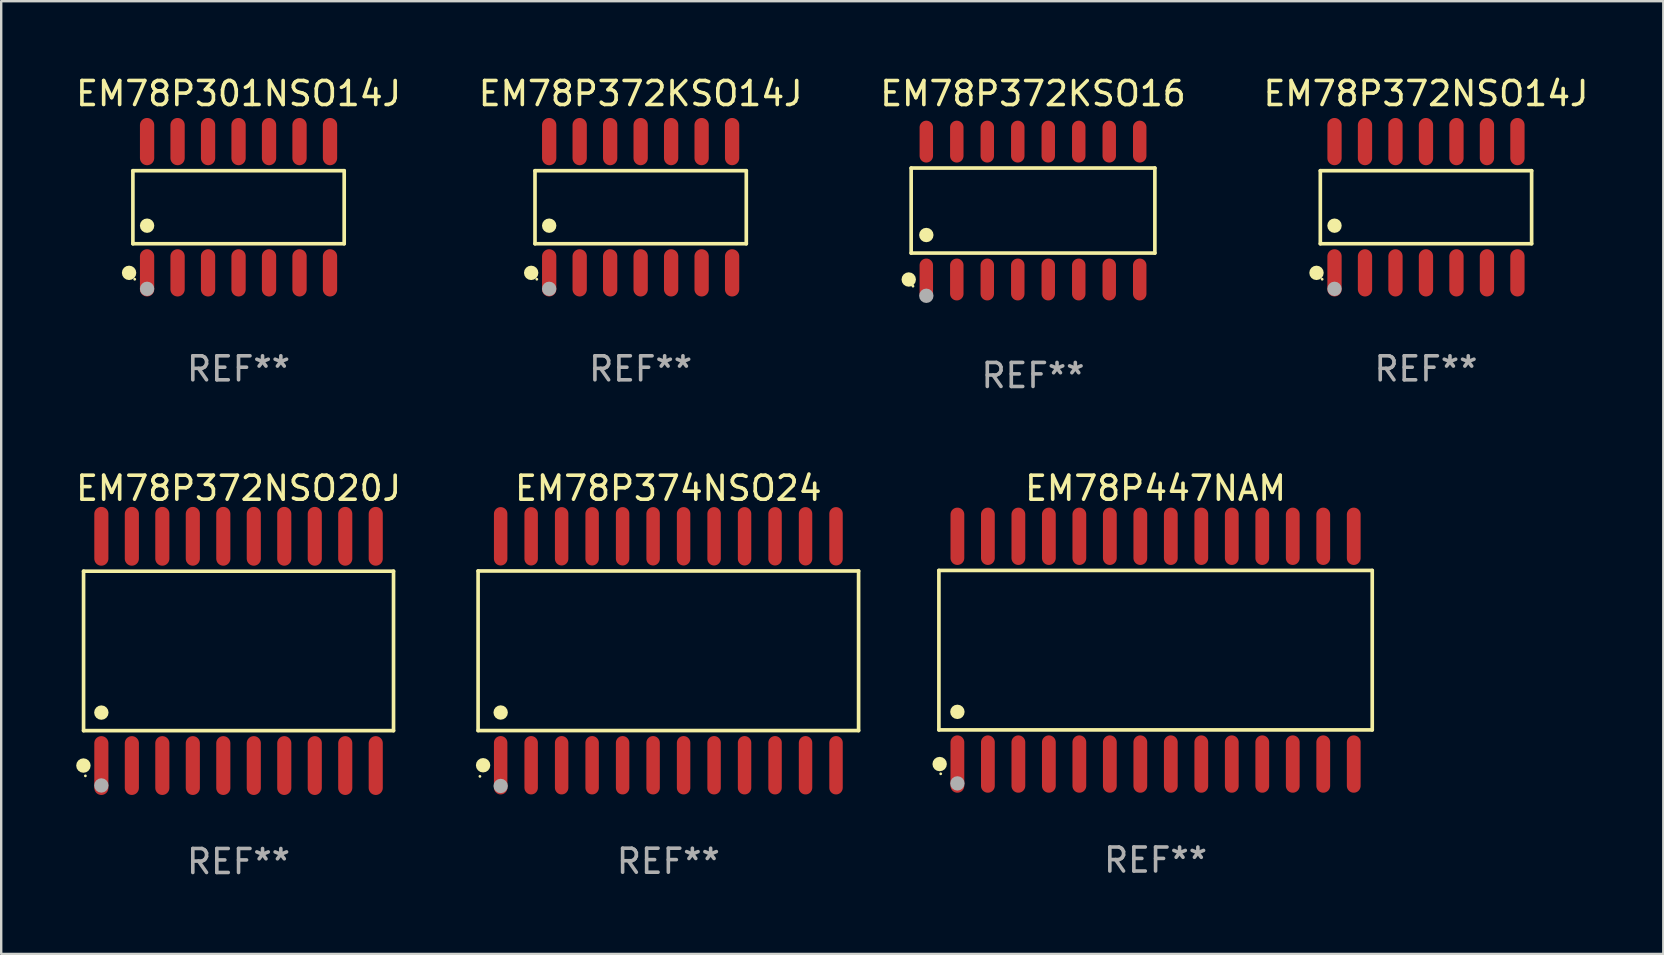
<source format=kicad_pcb>
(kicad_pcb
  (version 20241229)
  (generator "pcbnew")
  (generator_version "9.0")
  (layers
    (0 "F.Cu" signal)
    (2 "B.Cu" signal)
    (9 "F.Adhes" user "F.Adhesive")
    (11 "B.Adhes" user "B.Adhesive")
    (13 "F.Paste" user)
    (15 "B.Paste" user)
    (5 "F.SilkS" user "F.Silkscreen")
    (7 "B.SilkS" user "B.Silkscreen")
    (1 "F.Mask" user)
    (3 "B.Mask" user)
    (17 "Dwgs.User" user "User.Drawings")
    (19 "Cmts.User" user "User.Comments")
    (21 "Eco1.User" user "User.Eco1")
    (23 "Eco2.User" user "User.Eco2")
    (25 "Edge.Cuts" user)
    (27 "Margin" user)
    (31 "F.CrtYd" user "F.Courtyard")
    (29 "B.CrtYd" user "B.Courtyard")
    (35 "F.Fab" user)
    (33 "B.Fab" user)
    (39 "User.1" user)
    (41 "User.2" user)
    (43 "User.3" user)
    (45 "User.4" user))
  (footprint "EM78P374NSO24"
    (layer "F.Cu")
    (at 24.791 24.059)
    (property "Reference" "EM78P374NSO24" (at 0 -6.769 0) (layer "F.SilkS") (effects (font (size 1 1) (thickness 0.15))))
    (attr through_hole)
    (fp_line (start -7.925 -3.324) (end 7.925 -3.324) (stroke (width 0.152) (type solid)) (layer "F.SilkS"))
    (fp_line (start -7.925 3.324) (end -7.925 -3.324) (stroke (width 0.152) (type solid)) (layer "F.SilkS"))
    (fp_line (start 7.925 -3.324) (end 7.925 3.324) (stroke (width 0.152) (type solid)) (layer "F.SilkS"))
    (fp_line (start 7.925 3.324) (end -7.925 3.324) (stroke (width 0.152) (type solid)) (layer "F.SilkS"))
    (fp_circle (center -7.849 5.232) (end -7.819 5.232) (stroke (width 0.06) (type solid)) (fill no) (layer "F.SilkS"))
    (fp_circle (center -7.717 4.769) (end -7.567 4.769) (stroke (width 0.3) (type solid)) (fill no) (layer "F.SilkS"))
    (fp_circle (center -6.985 2.572) (end -6.835 2.572) (stroke (width 0.3) (type solid)) (fill no) (layer "F.SilkS"))
    (fp_circle (center -6.985 5.632) (end -6.835 5.632) (stroke (width 0.3) (type solid)) (fill no) (layer "F.Fab"))
    (fp_text user "REF**" (at 0 8.769 0) (layer "F.Fab") (effects (font (size 1 1) (thickness 0.15))))
    (pad "1" smd oval (at -6.985 4.769) (size 0.56 2.432) (layers "F.Cu" "F.Mask" "F.Paste"))
    (pad "2" smd oval (at -5.715 4.769) (size 0.56 2.432) (layers "F.Cu" "F.Mask" "F.Paste"))
    (pad "3" smd oval (at -4.445 4.769) (size 0.56 2.432) (layers "F.Cu" "F.Mask" "F.Paste"))
    (pad "4" smd oval (at -3.175 4.769) (size 0.56 2.432) (layers "F.Cu" "F.Mask" "F.Paste"))
    (pad "5" smd oval (at -1.905 4.769) (size 0.56 2.432) (layers "F.Cu" "F.Mask" "F.Paste"))
    (pad "6" smd oval (at -0.635 4.769) (size 0.56 2.432) (layers "F.Cu" "F.Mask" "F.Paste"))
    (pad "7" smd oval (at 0.635 4.769) (size 0.56 2.432) (layers "F.Cu" "F.Mask" "F.Paste"))
    (pad "8" smd oval (at 1.905 4.769) (size 0.56 2.432) (layers "F.Cu" "F.Mask" "F.Paste"))
    (pad "9" smd oval (at 3.175 4.769) (size 0.56 2.432) (layers "F.Cu" "F.Mask" "F.Paste"))
    (pad "10" smd oval (at 4.445 4.769) (size 0.56 2.432) (layers "F.Cu" "F.Mask" "F.Paste"))
    (pad "11" smd oval (at 5.715 4.769) (size 0.56 2.432) (layers "F.Cu" "F.Mask" "F.Paste"))
    (pad "12" smd oval (at 6.985 4.769) (size 0.56 2.432) (layers "F.Cu" "F.Mask" "F.Paste"))
    (pad "13" smd oval (at 6.985 -4.769) (size 0.56 2.432) (layers "F.Cu" "F.Mask" "F.Paste"))
    (pad "14" smd oval (at 5.715 -4.769) (size 0.56 2.432) (layers "F.Cu" "F.Mask" "F.Paste"))
    (pad "15" smd oval (at 4.445 -4.769) (size 0.56 2.432) (layers "F.Cu" "F.Mask" "F.Paste"))
    (pad "16" smd oval (at 3.175 -4.769) (size 0.56 2.432) (layers "F.Cu" "F.Mask" "F.Paste"))
    (pad "17" smd oval (at 1.905 -4.769) (size 0.56 2.432) (layers "F.Cu" "F.Mask" "F.Paste"))
    (pad "18" smd oval (at 0.635 -4.769) (size 0.56 2.432) (layers "F.Cu" "F.Mask" "F.Paste"))
    (pad "19" smd oval (at -0.635 -4.769) (size 0.56 2.432) (layers "F.Cu" "F.Mask" "F.Paste"))
    (pad "20" smd oval (at -1.905 -4.769) (size 0.56 2.432) (layers "F.Cu" "F.Mask" "F.Paste"))
    (pad "21" smd oval (at -3.175 -4.769) (size 0.56 2.432) (layers "F.Cu" "F.Mask" "F.Paste"))
    (pad "22" smd oval (at -4.445 -4.769) (size 0.56 2.432) (layers "F.Cu" "F.Mask" "F.Paste"))
    (pad "23" smd oval (at -5.715 -4.769) (size 0.56 2.432) (layers "F.Cu" "F.Mask" "F.Paste"))
    (pad "24" smd oval (at -6.985 -4.769) (size 0.56 2.432) (layers "F.Cu" "F.Mask" "F.Paste")))
  (footprint "EM78P301NSO14J"
    (layer "F.Cu")
    (at 6.887 5.582)
    (property "Reference" "EM78P301NSO14J" (at 0 -4.734 0) (layer "F.SilkS") (effects (font (size 1 1) (thickness 0.15))))
    (attr through_hole)
    (fp_line (start -4.401 -1.521) (end 4.401 -1.521) (stroke (width 0.152) (type solid)) (layer "F.SilkS"))
    (fp_line (start -4.401 1.521) (end -4.401 -1.521) (stroke (width 0.152) (type solid)) (layer "F.SilkS"))
    (fp_line (start 4.401 -1.521) (end 4.401 1.521) (stroke (width 0.152) (type solid)) (layer "F.SilkS"))
    (fp_line (start 4.401 1.521) (end -4.401 1.521) (stroke (width 0.152) (type solid)) (layer "F.SilkS"))
    (fp_circle (center -4.56 2.734) (end -4.41 2.734) (stroke (width 0.3) (type solid)) (fill no) (layer "F.SilkS"))
    (fp_circle (center -4.325 3) (end -4.295 3) (stroke (width 0.06) (type solid)) (fill no) (layer "F.SilkS"))
    (fp_circle (center -3.81 0.769) (end -3.66 0.769) (stroke (width 0.3) (type solid)) (fill no) (layer "F.SilkS"))
    (fp_circle (center -3.81 3.4) (end -3.66 3.4) (stroke (width 0.3) (type solid)) (fill no) (layer "F.Fab"))
    (fp_text user "REF**" (at 0 6.734 0) (layer "F.Fab") (effects (font (size 1 1) (thickness 0.15))))
    (pad "1" smd oval (at -3.81 2.734) (size 0.595 1.968) (layers "F.Cu" "F.Mask" "F.Paste"))
    (pad "2" smd oval (at -2.54 2.734) (size 0.595 1.968) (layers "F.Cu" "F.Mask" "F.Paste"))
    (pad "3" smd oval (at -1.27 2.734) (size 0.595 1.968) (layers "F.Cu" "F.Mask" "F.Paste"))
    (pad "4" smd oval (at 0 2.734) (size 0.595 1.968) (layers "F.Cu" "F.Mask" "F.Paste"))
    (pad "5" smd oval (at 1.27 2.734) (size 0.595 1.968) (layers "F.Cu" "F.Mask" "F.Paste"))
    (pad "6" smd oval (at 2.54 2.734) (size 0.595 1.968) (layers "F.Cu" "F.Mask" "F.Paste"))
    (pad "7" smd oval (at 3.81 2.734) (size 0.595 1.968) (layers "F.Cu" "F.Mask" "F.Paste"))
    (pad "8" smd oval (at 3.81 -2.734) (size 0.595 1.968) (layers "F.Cu" "F.Mask" "F.Paste"))
    (pad "9" smd oval (at 2.54 -2.734) (size 0.595 1.968) (layers "F.Cu" "F.Mask" "F.Paste"))
    (pad "10" smd oval (at 1.27 -2.734) (size 0.595 1.968) (layers "F.Cu" "F.Mask" "F.Paste"))
    (pad "11" smd oval (at 0 -2.734) (size 0.595 1.968) (layers "F.Cu" "F.Mask" "F.Paste"))
    (pad "12" smd oval (at -1.27 -2.734) (size 0.595 1.968) (layers "F.Cu" "F.Mask" "F.Paste"))
    (pad "13" smd oval (at -2.54 -2.734) (size 0.595 1.968) (layers "F.Cu" "F.Mask" "F.Paste"))
    (pad "14" smd oval (at -3.81 -2.734) (size 0.595 1.968) (layers "F.Cu" "F.Mask" "F.Paste")))
  (footprint "EM78P372NSO14J"
    (layer "F.Cu")
    (at 56.351 5.582)
    (property "Reference" "EM78P372NSO14J" (at 0 -4.734 0) (layer "F.SilkS") (effects (font (size 1 1) (thickness 0.15))))
    (attr through_hole)
    (fp_line (start -4.401 -1.521) (end 4.401 -1.521) (stroke (width 0.152) (type solid)) (layer "F.SilkS"))
    (fp_line (start -4.401 1.521) (end -4.401 -1.521) (stroke (width 0.152) (type solid)) (layer "F.SilkS"))
    (fp_line (start 4.401 -1.521) (end 4.401 1.521) (stroke (width 0.152) (type solid)) (layer "F.SilkS"))
    (fp_line (start 4.401 1.521) (end -4.401 1.521) (stroke (width 0.152) (type solid)) (layer "F.SilkS"))
    (fp_circle (center -4.56 2.734) (end -4.41 2.734) (stroke (width 0.3) (type solid)) (fill no) (layer "F.SilkS"))
    (fp_circle (center -4.325 3) (end -4.295 3) (stroke (width 0.06) (type solid)) (fill no) (layer "F.SilkS"))
    (fp_circle (center -3.81 0.769) (end -3.66 0.769) (stroke (width 0.3) (type solid)) (fill no) (layer "F.SilkS"))
    (fp_circle (center -3.81 3.4) (end -3.66 3.4) (stroke (width 0.3) (type solid)) (fill no) (layer "F.Fab"))
    (fp_text user "REF**" (at 0 6.734 0) (layer "F.Fab") (effects (font (size 1 1) (thickness 0.15))))
    (pad "1" smd oval (at -3.81 2.734) (size 0.595 1.968) (layers "F.Cu" "F.Mask" "F.Paste"))
    (pad "2" smd oval (at -2.54 2.734) (size 0.595 1.968) (layers "F.Cu" "F.Mask" "F.Paste"))
    (pad "3" smd oval (at -1.27 2.734) (size 0.595 1.968) (layers "F.Cu" "F.Mask" "F.Paste"))
    (pad "4" smd oval (at 0 2.734) (size 0.595 1.968) (layers "F.Cu" "F.Mask" "F.Paste"))
    (pad "5" smd oval (at 1.27 2.734) (size 0.595 1.968) (layers "F.Cu" "F.Mask" "F.Paste"))
    (pad "6" smd oval (at 2.54 2.734) (size 0.595 1.968) (layers "F.Cu" "F.Mask" "F.Paste"))
    (pad "7" smd oval (at 3.81 2.734) (size 0.595 1.968) (layers "F.Cu" "F.Mask" "F.Paste"))
    (pad "8" smd oval (at 3.81 -2.734) (size 0.595 1.968) (layers "F.Cu" "F.Mask" "F.Paste"))
    (pad "9" smd oval (at 2.54 -2.734) (size 0.595 1.968) (layers "F.Cu" "F.Mask" "F.Paste"))
    (pad "10" smd oval (at 1.27 -2.734) (size 0.595 1.968) (layers "F.Cu" "F.Mask" "F.Paste"))
    (pad "11" smd oval (at 0 -2.734) (size 0.595 1.968) (layers "F.Cu" "F.Mask" "F.Paste"))
    (pad "12" smd oval (at -1.27 -2.734) (size 0.595 1.968) (layers "F.Cu" "F.Mask" "F.Paste"))
    (pad "13" smd oval (at -2.54 -2.734) (size 0.595 1.968) (layers "F.Cu" "F.Mask" "F.Paste"))
    (pad "14" smd oval (at -3.81 -2.734) (size 0.595 1.968) (layers "F.Cu" "F.Mask" "F.Paste")))
  (footprint "EM78P372KSO16"
    (layer "F.Cu")
    (at 39.982 5.721)
    (property "Reference" "EM78P372KSO16" (at 0 -4.872 0) (layer "F.SilkS") (effects (font (size 1 1) (thickness 0.15))))
    (attr through_hole)
    (fp_line (start -5.076 -1.771) (end 5.076 -1.771) (stroke (width 0.152) (type solid)) (layer "F.SilkS"))
    (fp_line (start -5.076 1.771) (end -5.076 -1.771) (stroke (width 0.152) (type solid)) (layer "F.SilkS"))
    (fp_line (start 5.076 -1.771) (end 5.076 1.771) (stroke (width 0.152) (type solid)) (layer "F.SilkS"))
    (fp_line (start 5.076 1.771) (end -5.076 1.771) (stroke (width 0.152) (type solid)) (layer "F.SilkS"))
    (fp_circle (center -5.177 2.872) (end -5.027 2.872) (stroke (width 0.3) (type solid)) (fill no) (layer "F.SilkS"))
    (fp_circle (center -5 3.15) (end -4.97 3.15) (stroke (width 0.06) (type solid)) (fill no) (layer "F.SilkS"))
    (fp_circle (center -4.445 1.019) (end -4.295 1.019) (stroke (width 0.3) (type solid)) (fill no) (layer "F.SilkS"))
    (fp_circle (center -4.445 3.55) (end -4.295 3.55) (stroke (width 0.3) (type solid)) (fill no) (layer "F.Fab"))
    (fp_text user "REF**" (at 0 6.872 0) (layer "F.Fab") (effects (font (size 1 1) (thickness 0.15))))
    (pad "1" smd oval (at -4.445 2.872) (size 0.56 1.745) (layers "F.Cu" "F.Mask" "F.Paste"))
    (pad "2" smd oval (at -3.175 2.872) (size 0.56 1.745) (layers "F.Cu" "F.Mask" "F.Paste"))
    (pad "3" smd oval (at -1.905 2.872) (size 0.56 1.745) (layers "F.Cu" "F.Mask" "F.Paste"))
    (pad "4" smd oval (at -0.635 2.872) (size 0.56 1.745) (layers "F.Cu" "F.Mask" "F.Paste"))
    (pad "5" smd oval (at 0.635 2.872) (size 0.56 1.745) (layers "F.Cu" "F.Mask" "F.Paste"))
    (pad "6" smd oval (at 1.905 2.872) (size 0.56 1.745) (layers "F.Cu" "F.Mask" "F.Paste"))
    (pad "7" smd oval (at 3.175 2.872) (size 0.56 1.745) (layers "F.Cu" "F.Mask" "F.Paste"))
    (pad "8" smd oval (at 4.445 2.872) (size 0.56 1.745) (layers "F.Cu" "F.Mask" "F.Paste"))
    (pad "9" smd oval (at 4.445 -2.872) (size 0.56 1.745) (layers "F.Cu" "F.Mask" "F.Paste"))
    (pad "10" smd oval (at 3.175 -2.872) (size 0.56 1.745) (layers "F.Cu" "F.Mask" "F.Paste"))
    (pad "11" smd oval (at 1.905 -2.872) (size 0.56 1.745) (layers "F.Cu" "F.Mask" "F.Paste"))
    (pad "12" smd oval (at 0.635 -2.872) (size 0.56 1.745) (layers "F.Cu" "F.Mask" "F.Paste"))
    (pad "13" smd oval (at -0.635 -2.872) (size 0.56 1.745) (layers "F.Cu" "F.Mask" "F.Paste"))
    (pad "14" smd oval (at -1.905 -2.872) (size 0.56 1.745) (layers "F.Cu" "F.Mask" "F.Paste"))
    (pad "15" smd oval (at -3.175 -2.872) (size 0.56 1.745) (layers "F.Cu" "F.Mask" "F.Paste"))
    (pad "16" smd oval (at -4.445 -2.872) (size 0.56 1.745) (layers "F.Cu" "F.Mask" "F.Paste")))
  (footprint "EM78P372NSO20J"
    (layer "F.Cu")
    (at 6.887 24.065)
    (property "Reference" "EM78P372NSO20J" (at 0 -6.775 0) (layer "F.SilkS") (effects (font (size 1 1) (thickness 0.15))))
    (attr through_hole)
    (fp_line (start -6.456 -3.321) (end 6.456 -3.321) (stroke (width 0.152) (type solid)) (layer "F.SilkS"))
    (fp_line (start -6.456 3.321) (end -6.456 -3.321) (stroke (width 0.152) (type solid)) (layer "F.SilkS"))
    (fp_line (start 6.456 -3.321) (end 6.456 3.321) (stroke (width 0.152) (type solid)) (layer "F.SilkS"))
    (fp_line (start 6.456 3.321) (end -6.456 3.321) (stroke (width 0.152) (type solid)) (layer "F.SilkS"))
    (fp_circle (center -6.462 4.775) (end -6.311 4.775) (stroke (width 0.3) (type solid)) (fill no) (layer "F.SilkS"))
    (fp_circle (center -6.38 5.205) (end -6.35 5.205) (stroke (width 0.06) (type solid)) (fill no) (layer "F.SilkS"))
    (fp_circle (center -5.715 2.569) (end -5.565 2.569) (stroke (width 0.3) (type solid)) (fill no) (layer "F.SilkS"))
    (fp_circle (center -5.715 5.605) (end -5.565 5.605) (stroke (width 0.3) (type solid)) (fill no) (layer "F.Fab"))
    (fp_text user "REF**" (at 0 8.775 0) (layer "F.Fab") (effects (font (size 1 1) (thickness 0.15))))
    (pad "1" smd oval (at -5.715 4.775) (size 0.588 2.45) (layers "F.Cu" "F.Mask" "F.Paste"))
    (pad "2" smd oval (at -4.445 4.775) (size 0.588 2.45) (layers "F.Cu" "F.Mask" "F.Paste"))
    (pad "3" smd oval (at -3.175 4.775) (size 0.588 2.45) (layers "F.Cu" "F.Mask" "F.Paste"))
    (pad "4" smd oval (at -1.905 4.775) (size 0.588 2.45) (layers "F.Cu" "F.Mask" "F.Paste"))
    (pad "5" smd oval (at -0.635 4.775) (size 0.588 2.45) (layers "F.Cu" "F.Mask" "F.Paste"))
    (pad "6" smd oval (at 0.635 4.775) (size 0.588 2.45) (layers "F.Cu" "F.Mask" "F.Paste"))
    (pad "7" smd oval (at 1.905 4.775) (size 0.588 2.45) (layers "F.Cu" "F.Mask" "F.Paste"))
    (pad "8" smd oval (at 3.175 4.775) (size 0.588 2.45) (layers "F.Cu" "F.Mask" "F.Paste"))
    (pad "9" smd oval (at 4.445 4.775) (size 0.588 2.45) (layers "F.Cu" "F.Mask" "F.Paste"))
    (pad "10" smd oval (at 5.715 4.775) (size 0.588 2.45) (layers "F.Cu" "F.Mask" "F.Paste"))
    (pad "11" smd oval (at 5.715 -4.775) (size 0.588 2.45) (layers "F.Cu" "F.Mask" "F.Paste"))
    (pad "12" smd oval (at 4.445 -4.775) (size 0.588 2.45) (layers "F.Cu" "F.Mask" "F.Paste"))
    (pad "13" smd oval (at 3.175 -4.775) (size 0.588 2.45) (layers "F.Cu" "F.Mask" "F.Paste"))
    (pad "14" smd oval (at 1.905 -4.775) (size 0.588 2.45) (layers "F.Cu" "F.Mask" "F.Paste"))
    (pad "15" smd oval (at 0.635 -4.775) (size 0.588 2.45) (layers "F.Cu" "F.Mask" "F.Paste"))
    (pad "16" smd oval (at -0.635 -4.775) (size 0.588 2.45) (layers "F.Cu" "F.Mask" "F.Paste"))
    (pad "17" smd oval (at -1.905 -4.775) (size 0.588 2.45) (layers "F.Cu" "F.Mask" "F.Paste"))
    (pad "18" smd oval (at -3.175 -4.775) (size 0.588 2.45) (layers "F.Cu" "F.Mask" "F.Paste"))
    (pad "19" smd oval (at -4.445 -4.775) (size 0.588 2.45) (layers "F.Cu" "F.Mask" "F.Paste"))
    (pad "20" smd oval (at -5.715 -4.775) (size 0.588 2.45) (layers "F.Cu" "F.Mask" "F.Paste")))
  (footprint "EM78P372KSO14J"
    (layer "F.Cu")
    (at 23.637 5.582)
    (property "Reference" "EM78P372KSO14J" (at 0 -4.734 0) (layer "F.SilkS") (effects (font (size 1 1) (thickness 0.15))))
    (attr through_hole)
    (fp_line (start -4.401 -1.521) (end 4.401 -1.521) (stroke (width 0.152) (type solid)) (layer "F.SilkS"))
    (fp_line (start -4.401 1.521) (end -4.401 -1.521) (stroke (width 0.152) (type solid)) (layer "F.SilkS"))
    (fp_line (start 4.401 -1.521) (end 4.401 1.521) (stroke (width 0.152) (type solid)) (layer "F.SilkS"))
    (fp_line (start 4.401 1.521) (end -4.401 1.521) (stroke (width 0.152) (type solid)) (layer "F.SilkS"))
    (fp_circle (center -4.56 2.734) (end -4.41 2.734) (stroke (width 0.3) (type solid)) (fill no) (layer "F.SilkS"))
    (fp_circle (center -4.325 3) (end -4.295 3) (stroke (width 0.06) (type solid)) (fill no) (layer "F.SilkS"))
    (fp_circle (center -3.81 0.769) (end -3.66 0.769) (stroke (width 0.3) (type solid)) (fill no) (layer "F.SilkS"))
    (fp_circle (center -3.81 3.4) (end -3.66 3.4) (stroke (width 0.3) (type solid)) (fill no) (layer "F.Fab"))
    (fp_text user "REF**" (at 0 6.734 0) (layer "F.Fab") (effects (font (size 1 1) (thickness 0.15))))
    (pad "1" smd oval (at -3.81 2.734) (size 0.595 1.968) (layers "F.Cu" "F.Mask" "F.Paste"))
    (pad "2" smd oval (at -2.54 2.734) (size 0.595 1.968) (layers "F.Cu" "F.Mask" "F.Paste"))
    (pad "3" smd oval (at -1.27 2.734) (size 0.595 1.968) (layers "F.Cu" "F.Mask" "F.Paste"))
    (pad "4" smd oval (at 0 2.734) (size 0.595 1.968) (layers "F.Cu" "F.Mask" "F.Paste"))
    (pad "5" smd oval (at 1.27 2.734) (size 0.595 1.968) (layers "F.Cu" "F.Mask" "F.Paste"))
    (pad "6" smd oval (at 2.54 2.734) (size 0.595 1.968) (layers "F.Cu" "F.Mask" "F.Paste"))
    (pad "7" smd oval (at 3.81 2.734) (size 0.595 1.968) (layers "F.Cu" "F.Mask" "F.Paste"))
    (pad "8" smd oval (at 3.81 -2.734) (size 0.595 1.968) (layers "F.Cu" "F.Mask" "F.Paste"))
    (pad "9" smd oval (at 2.54 -2.734) (size 0.595 1.968) (layers "F.Cu" "F.Mask" "F.Paste"))
    (pad "10" smd oval (at 1.27 -2.734) (size 0.595 1.968) (layers "F.Cu" "F.Mask" "F.Paste"))
    (pad "11" smd oval (at 0 -2.734) (size 0.595 1.968) (layers "F.Cu" "F.Mask" "F.Paste"))
    (pad "12" smd oval (at -1.27 -2.734) (size 0.595 1.968) (layers "F.Cu" "F.Mask" "F.Paste"))
    (pad "13" smd oval (at -2.54 -2.734) (size 0.595 1.968) (layers "F.Cu" "F.Mask" "F.Paste"))
    (pad "14" smd oval (at -3.81 -2.734) (size 0.595 1.968) (layers "F.Cu" "F.Mask" "F.Paste")))
  (footprint "EM78P447NAM"
    (layer "F.Cu")
    (at 45.087 24.034)
    (property "Reference" "EM78P447NAM" (at 0 -6.744 0) (layer "F.SilkS") (effects (font (size 1 1) (thickness 0.15))))
    (attr through_hole)
    (fp_line (start -9.026 -3.321) (end 9.026 -3.321) (stroke (width 0.152) (type solid)) (layer "F.SilkS"))
    (fp_line (start -9.026 3.321) (end -9.026 -3.321) (stroke (width 0.152) (type solid)) (layer "F.SilkS"))
    (fp_line (start 9.026 -3.321) (end 9.026 3.321) (stroke (width 0.152) (type solid)) (layer "F.SilkS"))
    (fp_line (start 9.026 3.321) (end -9.026 3.321) (stroke (width 0.152) (type solid)) (layer "F.SilkS"))
    (fp_circle (center -8.994 4.744) (end -8.844 4.744) (stroke (width 0.3) (type solid)) (fill no) (layer "F.SilkS"))
    (fp_circle (center -8.95 5.15) (end -8.92 5.15) (stroke (width 0.06) (type solid)) (fill no) (layer "F.SilkS"))
    (fp_circle (center -8.255 2.569) (end -8.105 2.569) (stroke (width 0.3) (type solid)) (fill no) (layer "F.SilkS"))
    (fp_circle (center -8.255 5.55) (end -8.105 5.55) (stroke (width 0.3) (type solid)) (fill no) (layer "F.Fab"))
    (fp_text user "REF**" (at 0 8.744 0) (layer "F.Fab") (effects (font (size 1 1) (thickness 0.15))))
    (pad "1" smd oval (at -8.255 4.744) (size 0.574 2.388) (layers "F.Cu" "F.Mask" "F.Paste"))
    (pad "2" smd oval (at -6.985 4.744) (size 0.574 2.388) (layers "F.Cu" "F.Mask" "F.Paste"))
    (pad "3" smd oval (at -5.715 4.744) (size 0.574 2.388) (layers "F.Cu" "F.Mask" "F.Paste"))
    (pad "4" smd oval (at -4.445 4.744) (size 0.574 2.388) (layers "F.Cu" "F.Mask" "F.Paste"))
    (pad "5" smd oval (at -3.175 4.744) (size 0.574 2.388) (layers "F.Cu" "F.Mask" "F.Paste"))
    (pad "6" smd oval (at -1.905 4.744) (size 0.574 2.388) (layers "F.Cu" "F.Mask" "F.Paste"))
    (pad "7" smd oval (at -0.635 4.744) (size 0.574 2.388) (layers "F.Cu" "F.Mask" "F.Paste"))
    (pad "8" smd oval (at 0.635 4.744) (size 0.574 2.388) (layers "F.Cu" "F.Mask" "F.Paste"))
    (pad "9" smd oval (at 1.905 4.744) (size 0.574 2.388) (layers "F.Cu" "F.Mask" "F.Paste"))
    (pad "10" smd oval (at 3.175 4.744) (size 0.574 2.388) (layers "F.Cu" "F.Mask" "F.Paste"))
    (pad "11" smd oval (at 4.445 4.744) (size 0.574 2.388) (layers "F.Cu" "F.Mask" "F.Paste"))
    (pad "12" smd oval (at 5.715 4.744) (size 0.574 2.388) (layers "F.Cu" "F.Mask" "F.Paste"))
    (pad "13" smd oval (at 6.985 4.744) (size 0.574 2.388) (layers "F.Cu" "F.Mask" "F.Paste"))
    (pad "14" smd oval (at 8.255 4.744) (size 0.574 2.388) (layers "F.Cu" "F.Mask" "F.Paste"))
    (pad "15" smd oval (at 8.255 -4.744) (size 0.574 2.388) (layers "F.Cu" "F.Mask" "F.Paste"))
    (pad "16" smd oval (at 6.985 -4.744) (size 0.574 2.388) (layers "F.Cu" "F.Mask" "F.Paste"))
    (pad "17" smd oval (at 5.715 -4.744) (size 0.574 2.388) (layers "F.Cu" "F.Mask" "F.Paste"))
    (pad "18" smd oval (at 4.445 -4.744) (size 0.574 2.388) (layers "F.Cu" "F.Mask" "F.Paste"))
    (pad "19" smd oval (at 3.175 -4.744) (size 0.574 2.388) (layers "F.Cu" "F.Mask" "F.Paste"))
    (pad "20" smd oval (at 1.905 -4.744) (size 0.574 2.388) (layers "F.Cu" "F.Mask" "F.Paste"))
    (pad "21" smd oval (at 0.635 -4.744) (size 0.574 2.388) (layers "F.Cu" "F.Mask" "F.Paste"))
    (pad "22" smd oval (at -0.635 -4.744) (size 0.574 2.388) (layers "F.Cu" "F.Mask" "F.Paste"))
    (pad "23" smd oval (at -1.905 -4.744) (size 0.574 2.388) (layers "F.Cu" "F.Mask" "F.Paste"))
    (pad "24" smd oval (at -3.175 -4.744) (size 0.574 2.388) (layers "F.Cu" "F.Mask" "F.Paste"))
    (pad "25" smd oval (at -4.445 -4.744) (size 0.574 2.388) (layers "F.Cu" "F.Mask" "F.Paste"))
    (pad "26" smd oval (at -5.715 -4.744) (size 0.574 2.388) (layers "F.Cu" "F.Mask" "F.Paste"))
    (pad "27" smd oval (at -6.985 -4.744) (size 0.574 2.388) (layers "F.Cu" "F.Mask" "F.Paste"))
    (pad "28" smd oval (at -8.255 -4.744) (size 0.574 2.388) (layers "F.Cu" "F.Mask" "F.Paste")))
  (gr_rect
    (start -3 -3)
    (end 66.238 36.688)
    (stroke (width 0.1) (type default))
    (fill no)
    (layer "Edge.Cuts")))
</source>
